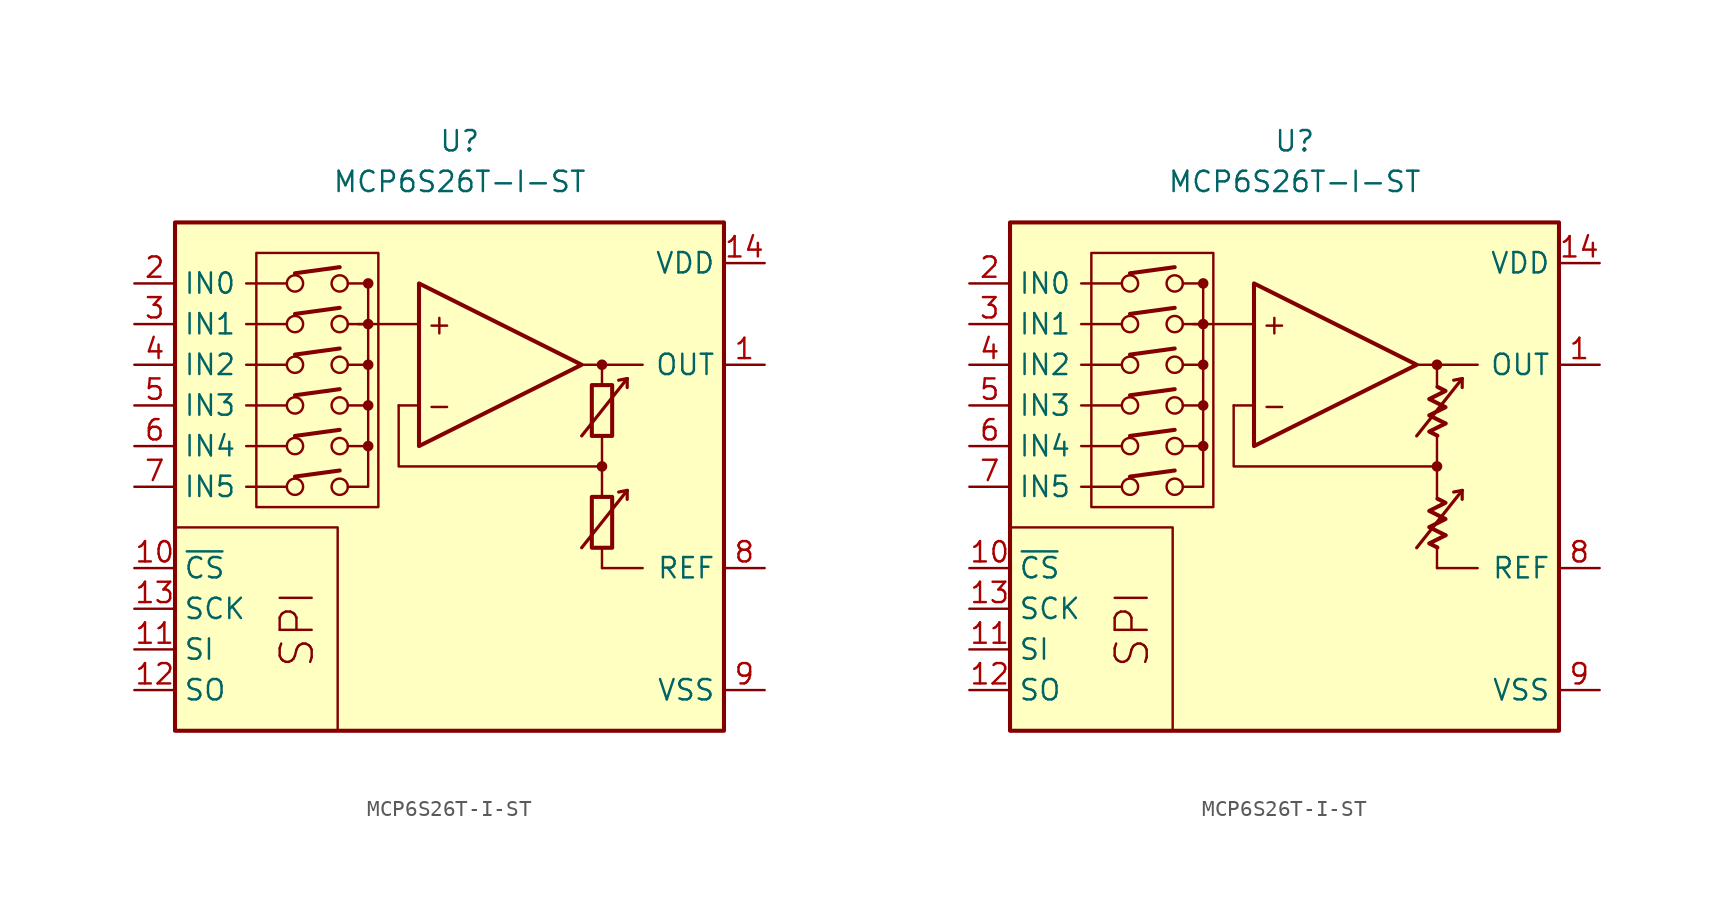
<source format=kicad_sym>
(kicad_symbol_lib
  (version 20231120)
  (generator "kicad_symbol_editor")
  (generator_version "8.0")
  (symbol "MCP6S26T-I-ST"
    (property "Reference" "U"
      (at 0 19.05 0)
      (effects (font (size 1.27 1.27))))
    (property "Value" "MCP6S26T-I-ST"
      (at 0 16.51 0)
      (effects (font (size 1.27 1.27))))
    (symbol "MCP6S26T-I-ST_0_0"
      (rectangle (start -17.78 13.97) (end 16.51 -17.78) (stroke (width 0.254) (type default)) (fill (type background)))
      (rectangle (start -12.7 12.065) (end -5.08 -3.81) (stroke (width 0.152) (type default)) (fill (type none)))
      (circle (center -10.287 -2.54) (radius 0.508) (stroke (width 0) (type default)) (fill (type none)))
      (circle (center -10.287 0) (radius 0.508) (stroke (width 0) (type default)) (fill (type none)))
      (circle (center -10.287 2.54) (radius 0.508) (stroke (width 0) (type default)) (fill (type none)))
      (circle (center -10.287 5.08) (radius 0.508) (stroke (width 0) (type default)) (fill (type none)))
      (circle (center -10.287 7.62) (radius 0.508) (stroke (width 0) (type default)) (fill (type none)))
      (circle (center -10.287 10.16) (radius 0.508) (stroke (width 0) (type default)) (fill (type none)))
      (circle (center -7.493 -2.54) (radius 0.508) (stroke (width 0) (type default)) (fill (type none)))
      (circle (center -7.493 0) (radius 0.508) (stroke (width 0) (type default)) (fill (type none)))
      (circle (center -7.493 2.54) (radius 0.508) (stroke (width 0) (type default)) (fill (type none)))
      (circle (center -7.493 5.08) (radius 0.508) (stroke (width 0) (type default)) (fill (type none)))
      (circle (center -7.493 7.62) (radius 0.508) (stroke (width 0) (type default)) (fill (type none)))
      (circle (center -7.493 10.16) (radius 0.508) (stroke (width 0) (type default)) (fill (type none)))
      (circle (center -5.715 0) (radius 0.254) (stroke (width 0.152) (type default)) (fill (type outline)))
      (circle (center -5.715 2.54) (radius 0.254) (stroke (width 0.152) (type default)) (fill (type outline)))
      (circle (center -5.715 5.08) (radius 0.254) (stroke (width 0.152) (type default)) (fill (type outline)))
      (circle (center -5.715 7.62) (radius 0.254) (stroke (width 0.152) (type default)) (fill (type outline)))
      (circle (center -5.715 10.16) (radius 0.254) (stroke (width 0.152) (type default)) (fill (type outline)))
      (polyline (pts (xy 8.89 -3.81)) (stroke (width 0.152) (type default)) (fill (type none)))
      (polyline (pts (xy 8.89 -3.81)) (stroke (width 0.152) (type default)) (fill (type none)))
      (polyline (pts (xy 8.89 -3.175)) (stroke (width 0.152) (type default)) (fill (type none)))
      (polyline (pts (xy 8.89 3.175)) (stroke (width 0.152) (type default)) (fill (type none)))
      (polyline (pts (xy 8.89 3.81)) (stroke (width 0.152) (type default)) (fill (type none)))
      (polyline (pts (xy 8.89 3.81)) (stroke (width 0.152) (type default)) (fill (type none)))
      (polyline (pts (xy -10.795 -2.54) (xy -13.335 -2.54)) (stroke (width 0.152) (type default)) (fill (type none)))
      (polyline (pts (xy -10.795 0) (xy -13.335 0)) (stroke (width 0.152) (type default)) (fill (type none)))
      (polyline (pts (xy -10.795 2.54) (xy -13.335 2.54)) (stroke (width 0.152) (type default)) (fill (type none)))
      (polyline (pts (xy -10.795 5.08) (xy -13.335 5.08)) (stroke (width 0.152) (type default)) (fill (type none)))
      (polyline (pts (xy -10.795 7.62) (xy -13.335 7.62)) (stroke (width 0.152) (type default)) (fill (type none)))
      (polyline (pts (xy -10.795 10.16) (xy -13.335 10.16)) (stroke (width 0.152) (type default)) (fill (type none)))
      (polyline (pts (xy -10.287 -1.905) (xy -7.493 -1.524)) (stroke (width 0.254) (type default)) (fill (type none)))
      (polyline (pts (xy -10.287 0.635) (xy -7.493 1.016)) (stroke (width 0.254) (type default)) (fill (type none)))
      (polyline (pts (xy -10.287 3.175) (xy -7.493 3.556)) (stroke (width 0.254) (type default)) (fill (type none)))
      (polyline (pts (xy -10.287 5.715) (xy -7.493 6.096)) (stroke (width 0.254) (type default)) (fill (type none)))
      (polyline (pts (xy -10.287 8.255) (xy -7.493 8.636)) (stroke (width 0.254) (type default)) (fill (type none)))
      (polyline (pts (xy -10.287 10.795) (xy -7.493 11.176)) (stroke (width 0.254) (type default)) (fill (type none)))
      (polyline (pts (xy -5.715 10.16) (xy -6.985 10.16)) (stroke (width 0.152) (type default)) (fill (type none)))
      (polyline (pts (xy -2.54 2.54) (xy -3.81 2.54)) (stroke (width 0.152) (type default)) (fill (type none)))
      (polyline (pts (xy -2.54 7.62) (xy -6.35 7.62)) (stroke (width 0.152) (type default)) (fill (type none)))
      (polyline (pts (xy 7.62 5.08) (xy 11.43 5.08)) (stroke (width 0.152) (type default)) (fill (type none)))
      (polyline (pts (xy 8.89 -6.35) (xy 8.89 -7.62)) (stroke (width 0.152) (type default)) (fill (type none)))
      (polyline (pts (xy 8.89 -1.27) (xy 8.89 -3.175)) (stroke (width 0.152) (type default)) (fill (type none)))
      (polyline (pts (xy 8.89 0.635) (xy 8.89 -1.27)) (stroke (width 0.152) (type default)) (fill (type none)))
      (polyline (pts (xy 8.89 5.08) (xy 8.89 3.81)) (stroke (width 0.152) (type default)) (fill (type none)))
      (polyline (pts (xy -7.62 -17.78) (xy -7.62 -5.08) (xy -17.78 -5.08)) (stroke (width 0.152) (type default)) (fill (type none)))
      (polyline (pts (xy -6.985 -2.54) (xy -5.715 -2.54) (xy -5.715 0)) (stroke (width 0.152) (type default)) (fill (type none)))
      (polyline (pts (xy -6.985 0) (xy -5.715 0) (xy -5.715 2.54)) (stroke (width 0.152) (type default)) (fill (type none)))
      (polyline (pts (xy -6.985 2.54) (xy -5.715 2.54) (xy -5.715 5.08)) (stroke (width 0.152) (type default)) (fill (type none)))
      (polyline (pts (xy -6.985 5.08) (xy -5.715 5.08) (xy -5.715 7.62)) (stroke (width 0.152) (type default)) (fill (type none)))
      (polyline (pts (xy -6.985 7.62) (xy -5.715 7.62) (xy -5.715 10.16)) (stroke (width 0.152) (type default)) (fill (type none)))
      (polyline (pts (xy 8.89 -1.27) (xy -3.81 -1.27) (xy -3.81 2.54)) (stroke (width 0.152) (type default)) (fill (type none)))
      (circle (center 8.89 -1.27) (radius 0.254) (stroke (width 0.152) (type default)) (fill (type outline)))
      (circle (center 8.89 5.08) (radius 0.254) (stroke (width 0.152) (type default)) (fill (type outline)))
      (text "+" (at -1.27 7.62 0) (effects (font (size 1.27 1.27))))
      (text "-" (at -1.27 2.54 0) (effects (font (size 1.27 1.27))))
      (text "SPI" (at -10.16 -11.43 900) (effects (font (size 2 2)))))
    (symbol "MCP6S26T-I-ST_0_1"
      (rectangle (start 8.255 -3.175) (end 9.525 -6.35) (stroke (width 0.254) (type default)) (fill (type none)))
      (rectangle (start 8.255 3.81) (end 9.525 0.635) (stroke (width 0.254) (type default)) (fill (type none))))
    (symbol "MCP6S26T-I-ST_0_2"
      (polyline (pts (xy 9.422 -5.572) (xy 8.406 -6.08) (xy 8.915 -6.333)) (stroke (width 0.254) (type default)) (fill (type none)))
      (polyline (pts (xy 9.422 1.413) (xy 8.406 0.905) (xy 8.915 0.651)) (stroke (width 0.254) (type default)) (fill (type none)))
      (polyline (pts (xy 8.915 -3.285) (xy 9.422 -3.539) (xy 8.406 -4.048) (xy 9.422 -4.556) (xy 8.406 -5.064) (xy 9.422 -5.572)) (stroke (width 0.254) (type default)) (fill (type none)))
      (polyline (pts (xy 8.915 3.7) (xy 9.422 3.446) (xy 8.406 2.938) (xy 9.422 2.429) (xy 8.406 1.921) (xy 9.422 1.413)) (stroke (width 0.254) (type default)) (fill (type none))))
    (symbol "MCP6S26T-I-ST_1_0"
      (polyline (pts (xy 8.89 -7.62) (xy 11.43 -7.62)) (stroke (width 0) (type default)) (fill (type none)))
      (polyline (pts (xy 10.465 -2.769) (xy 9.931 -2.87)) (stroke (width 0.2) (type default)) (fill (type none)))
      (polyline (pts (xy 10.465 -2.769) (xy 10.465 -3.327)) (stroke (width 0.2) (type default)) (fill (type none)))
      (polyline (pts (xy 10.465 4.216) (xy 9.931 4.115)) (stroke (width 0.2) (type default)) (fill (type none)))
      (polyline (pts (xy 10.465 4.216) (xy 10.465 3.658)) (stroke (width 0.2) (type default)) (fill (type none)))
      (polyline (pts (xy -2.54 10.16) (xy -2.54 0) (xy 7.62 5.08) (xy -2.54 10.16)) (stroke (width 0.254) (type default)) (fill (type background)))
      (polyline (pts (xy 7.62 -6.35) (xy 10.465 -2.769) (xy 10.465 -2.769) (xy 10.465 -2.769)) (stroke (width 0.2) (type default)) (fill (type none)))
      (polyline (pts (xy 7.62 0.635) (xy 10.465 4.216) (xy 10.465 4.216) (xy 10.465 4.216)) (stroke (width 0.2) (type default)) (fill (type none))))
    (symbol "MCP6S26T-I-ST_1_1"
      (pin output line (at 19.05 5.08 180) (length 2.54) (name "OUT" (effects (font (size 1.27 1.27)))) (number "1" (effects (font (size 1.27 1.27)))))
      (pin input line (at -20.32 -7.62 0) (length 2.54) (name "~{CS}" (effects (font (size 1.27 1.27)))) (number "10" (effects (font (size 1.27 1.27)))))
      (pin input line (at -20.32 -12.7 0) (length 2.54) (name "SI" (effects (font (size 1.27 1.27)))) (number "11" (effects (font (size 1.27 1.27)))))
      (pin output line (at -20.32 -15.24 0) (length 2.54) (name "SO" (effects (font (size 1.27 1.27)))) (number "12" (effects (font (size 1.27 1.27)))))
      (pin input line (at -20.32 -10.16 0) (length 2.54) (name "SCK" (effects (font (size 1.27 1.27)))) (number "13" (effects (font (size 1.27 1.27)))))
      (pin power_in line (at 19.05 11.43 180) (length 2.54) (name "VDD" (effects (font (size 1.27 1.27)))) (number "14" (effects (font (size 1.27 1.27)))))
      (pin input line (at -20.32 10.16 0) (length 2.54) (name "IN0" (effects (font (size 1.27 1.27)))) (number "2" (effects (font (size 1.27 1.27)))))
      (pin input line (at -20.32 7.62 0) (length 2.54) (name "IN1" (effects (font (size 1.27 1.27)))) (number "3" (effects (font (size 1.27 1.27)))))
      (pin input line (at -20.32 5.08 0) (length 2.54) (name "IN2" (effects (font (size 1.27 1.27)))) (number "4" (effects (font (size 1.27 1.27)))))
      (pin input line (at -20.32 2.54 0) (length 2.54) (name "IN3" (effects (font (size 1.27 1.27)))) (number "5" (effects (font (size 1.27 1.27)))))
      (pin input line (at -20.32 0 0) (length 2.54) (name "IN4" (effects (font (size 1.27 1.27)))) (number "6" (effects (font (size 1.27 1.27)))))
      (pin input line (at -20.32 -2.54 0) (length 2.54) (name "IN5" (effects (font (size 1.27 1.27)))) (number "7" (effects (font (size 1.27 1.27)))))
      (pin passive line (at 19.05 -7.62 180) (length 2.54) (name "REF" (effects (font (size 1.27 1.27)))) (number "8" (effects (font (size 1.27 1.27)))))
      (pin power_in line (at 19.05 -15.24 180) (length 2.54) (name "VSS" (effects (font (size 1.27 1.27)))) (number "9" (effects (font (size 1.27 1.27))))))
    (symbol "MCP6S26T-I-ST_1_2"
      (pin output line (at 19.05 5.08 180) (length 2.54) (name "OUT" (effects (font (size 1.27 1.27)))) (number "1" (effects (font (size 1.27 1.27)))))
      (pin input line (at -20.32 -7.62 0) (length 2.54) (name "~{CS}" (effects (font (size 1.27 1.27)))) (number "10" (effects (font (size 1.27 1.27)))))
      (pin input line (at -20.32 -12.7 0) (length 2.54) (name "SI" (effects (font (size 1.27 1.27)))) (number "11" (effects (font (size 1.27 1.27)))))
      (pin output line (at -20.32 -15.24 0) (length 2.54) (name "SO" (effects (font (size 1.27 1.27)))) (number "12" (effects (font (size 1.27 1.27)))))
      (pin input line (at -20.32 -10.16 0) (length 2.54) (name "SCK" (effects (font (size 1.27 1.27)))) (number "13" (effects (font (size 1.27 1.27)))))
      (pin power_in line (at 19.05 11.43 180) (length 2.54) (name "VDD" (effects (font (size 1.27 1.27)))) (number "14" (effects (font (size 1.27 1.27)))))
      (pin input line (at -20.32 10.16 0) (length 2.54) (name "IN0" (effects (font (size 1.27 1.27)))) (number "2" (effects (font (size 1.27 1.27)))))
      (pin input line (at -20.32 7.62 0) (length 2.54) (name "IN1" (effects (font (size 1.27 1.27)))) (number "3" (effects (font (size 1.27 1.27)))))
      (pin input line (at -20.32 5.08 0) (length 2.54) (name "IN2" (effects (font (size 1.27 1.27)))) (number "4" (effects (font (size 1.27 1.27)))))
      (pin input line (at -20.32 2.54 0) (length 2.54) (name "IN3" (effects (font (size 1.27 1.27)))) (number "5" (effects (font (size 1.27 1.27)))))
      (pin input line (at -20.32 0 0) (length 2.54) (name "IN4" (effects (font (size 1.27 1.27)))) (number "6" (effects (font (size 1.27 1.27)))))
      (pin input line (at -20.32 -2.54 0) (length 2.54) (name "IN5" (effects (font (size 1.27 1.27)))) (number "7" (effects (font (size 1.27 1.27)))))
      (pin passive line (at 19.05 -7.62 180) (length 2.54) (name "REF" (effects (font (size 1.27 1.27)))) (number "8" (effects (font (size 1.27 1.27)))))
      (pin power_in line (at 19.05 -15.24 180) (length 2.54) (name "VSS" (effects (font (size 1.27 1.27)))) (number "9" (effects (font (size 1.27 1.27))))))))
</source>
